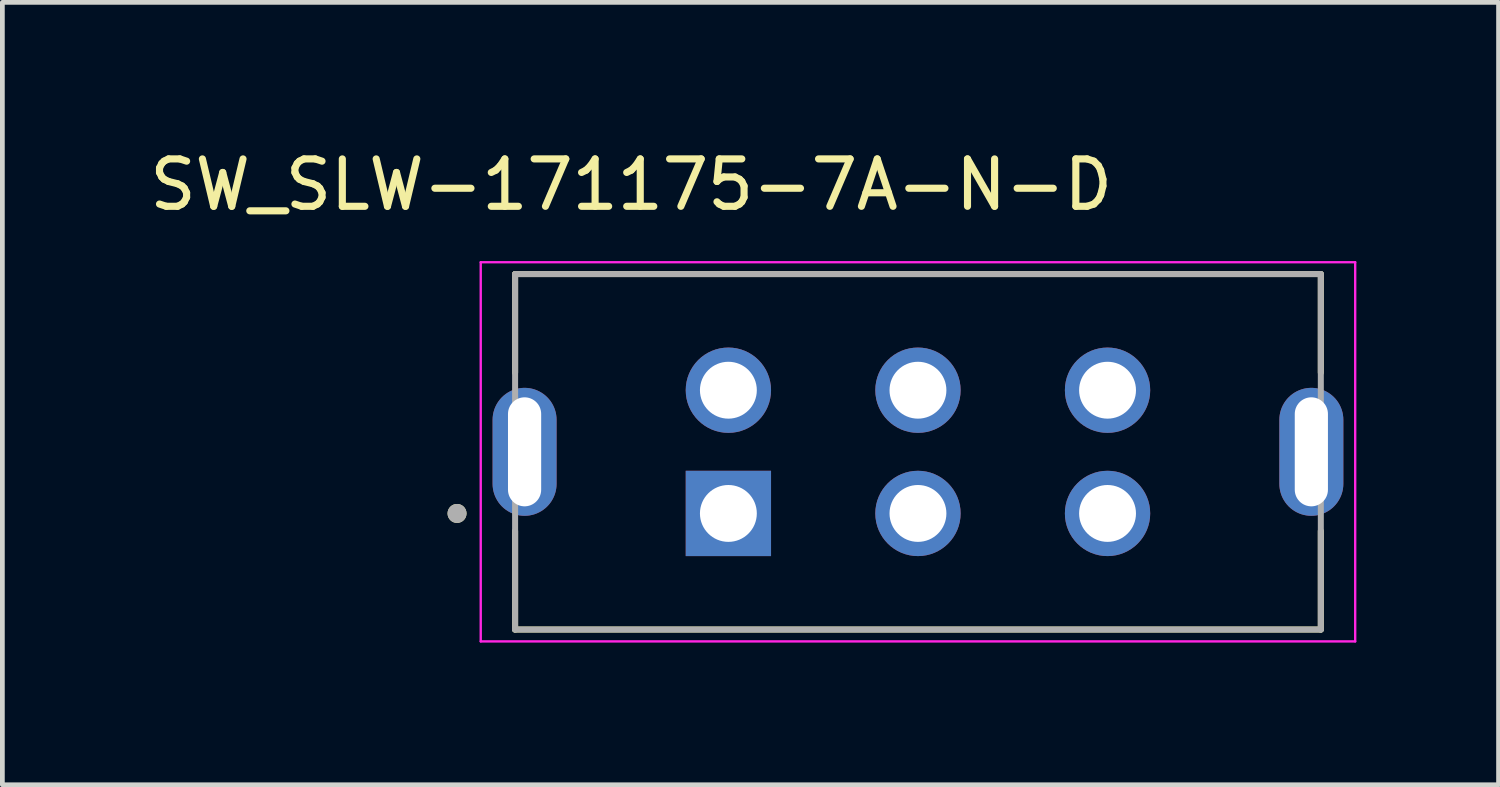
<source format=kicad_pcb>
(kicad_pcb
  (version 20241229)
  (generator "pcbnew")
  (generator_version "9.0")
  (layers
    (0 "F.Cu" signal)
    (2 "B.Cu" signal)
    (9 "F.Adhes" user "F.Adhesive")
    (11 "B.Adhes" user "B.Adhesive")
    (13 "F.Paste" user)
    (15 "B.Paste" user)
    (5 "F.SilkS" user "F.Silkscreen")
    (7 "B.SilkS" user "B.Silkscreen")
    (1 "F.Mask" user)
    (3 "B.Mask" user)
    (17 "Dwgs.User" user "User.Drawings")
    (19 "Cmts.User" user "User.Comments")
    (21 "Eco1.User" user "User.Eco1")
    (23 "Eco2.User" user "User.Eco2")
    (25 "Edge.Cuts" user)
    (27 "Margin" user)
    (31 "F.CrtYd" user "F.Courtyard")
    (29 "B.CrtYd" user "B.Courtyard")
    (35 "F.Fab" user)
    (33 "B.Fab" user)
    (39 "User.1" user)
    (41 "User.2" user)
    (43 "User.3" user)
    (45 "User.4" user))
  (footprint "SW_SLW-171175-7A-N-D"
    (layer "F.Cu")
    (at 16.318 6.483)
    (property "Reference" "SW_SLW-171175-7A-N-D" (at -6.05 -5.635 0) (layer "F.SilkS") (effects (font (size 1 1) (thickness 0.15))))
    (attr through_hole)
    (fp_line (start -8.5 -3.75) (end -8.5 -1.67) (stroke (width 0.127) (type solid)) (layer "F.SilkS"))
    (fp_line (start -8.5 3.75) (end -8.5 1.67) (stroke (width 0.127) (type solid)) (layer "F.SilkS"))
    (fp_line (start -8.5 3.75) (end 8.5 3.75) (stroke (width 0.127) (type solid)) (layer "F.SilkS"))
    (fp_line (start 8.5 -3.75) (end -8.5 -3.75) (stroke (width 0.127) (type solid)) (layer "F.SilkS"))
    (fp_line (start 8.5 -1.67) (end 8.5 -3.75) (stroke (width 0.127) (type solid)) (layer "F.SilkS"))
    (fp_line (start 8.5 3.75) (end 8.5 1.67) (stroke (width 0.127) (type solid)) (layer "F.SilkS"))
    (fp_circle (center -9.725 1.3) (end -9.625 1.3) (stroke (width 0.2) (type solid)) (fill no) (layer "F.SilkS"))
    (fp_line (start -9.225 -4) (end -9.225 4) (stroke (width 0.05) (type solid)) (layer "F.CrtYd"))
    (fp_line (start -9.225 4) (end 9.225 4) (stroke (width 0.05) (type solid)) (layer "F.CrtYd"))
    (fp_line (start 9.225 -4) (end -9.225 -4) (stroke (width 0.05) (type solid)) (layer "F.CrtYd"))
    (fp_line (start 9.225 4) (end 9.225 -4) (stroke (width 0.05) (type solid)) (layer "F.CrtYd"))
    (fp_line (start -8.5 -3.75) (end -8.5 3.75) (stroke (width 0.127) (type solid)) (layer "F.Fab"))
    (fp_line (start -8.5 3.75) (end 8.5 3.75) (stroke (width 0.127) (type solid)) (layer "F.Fab"))
    (fp_line (start 8.5 -3.75) (end -8.5 -3.75) (stroke (width 0.127) (type solid)) (layer "F.Fab"))
    (fp_line (start 8.5 3.75) (end 8.5 -3.75) (stroke (width 0.127) (type solid)) (layer "F.Fab"))
    (fp_circle (center -9.725 1.3) (end -9.625 1.3) (stroke (width 0.2) (type solid)) (fill no) (layer "F.Fab"))
    (pad "1" thru_hole rect (at -4 1.3) (size 1.8 1.8) (drill 1.2) (layers "*.Cu" "*.Mask"))
    (pad "2" thru_hole circle (at 0 1.3) (size 1.8 1.8) (drill 1.2) (layers "*.Cu" "*.Mask"))
    (pad "3" thru_hole circle (at 4 1.3) (size 1.8 1.8) (drill 1.2) (layers "*.Cu" "*.Mask"))
    (pad "4" thru_hole circle (at -4 -1.3) (size 1.8 1.8) (drill 1.2) (layers "*.Cu" "*.Mask"))
    (pad "5" thru_hole circle (at 0 -1.3) (size 1.8 1.8) (drill 1.2) (layers "*.Cu" "*.Mask"))
    (pad "6" thru_hole circle (at 4 -1.3) (size 1.8 1.8) (drill 1.2) (layers "*.Cu" "*.Mask"))
    (pad "SH1" thru_hole oval (at -8.3 0) (size 1.35 2.7) (drill oval 0.7 2.3) (layers "*.Cu" "*.Mask"))
    (pad "SH2" thru_hole oval (at 8.3 0) (size 1.35 2.7) (drill oval 0.7 2.3) (layers "*.Cu" "*.Mask")))
  (gr_rect
    (start -3 -3)
    (end 28.568 13.508)
    (stroke (width 0.1) (type default))
    (fill no)
    (layer "Edge.Cuts")))
</source>
